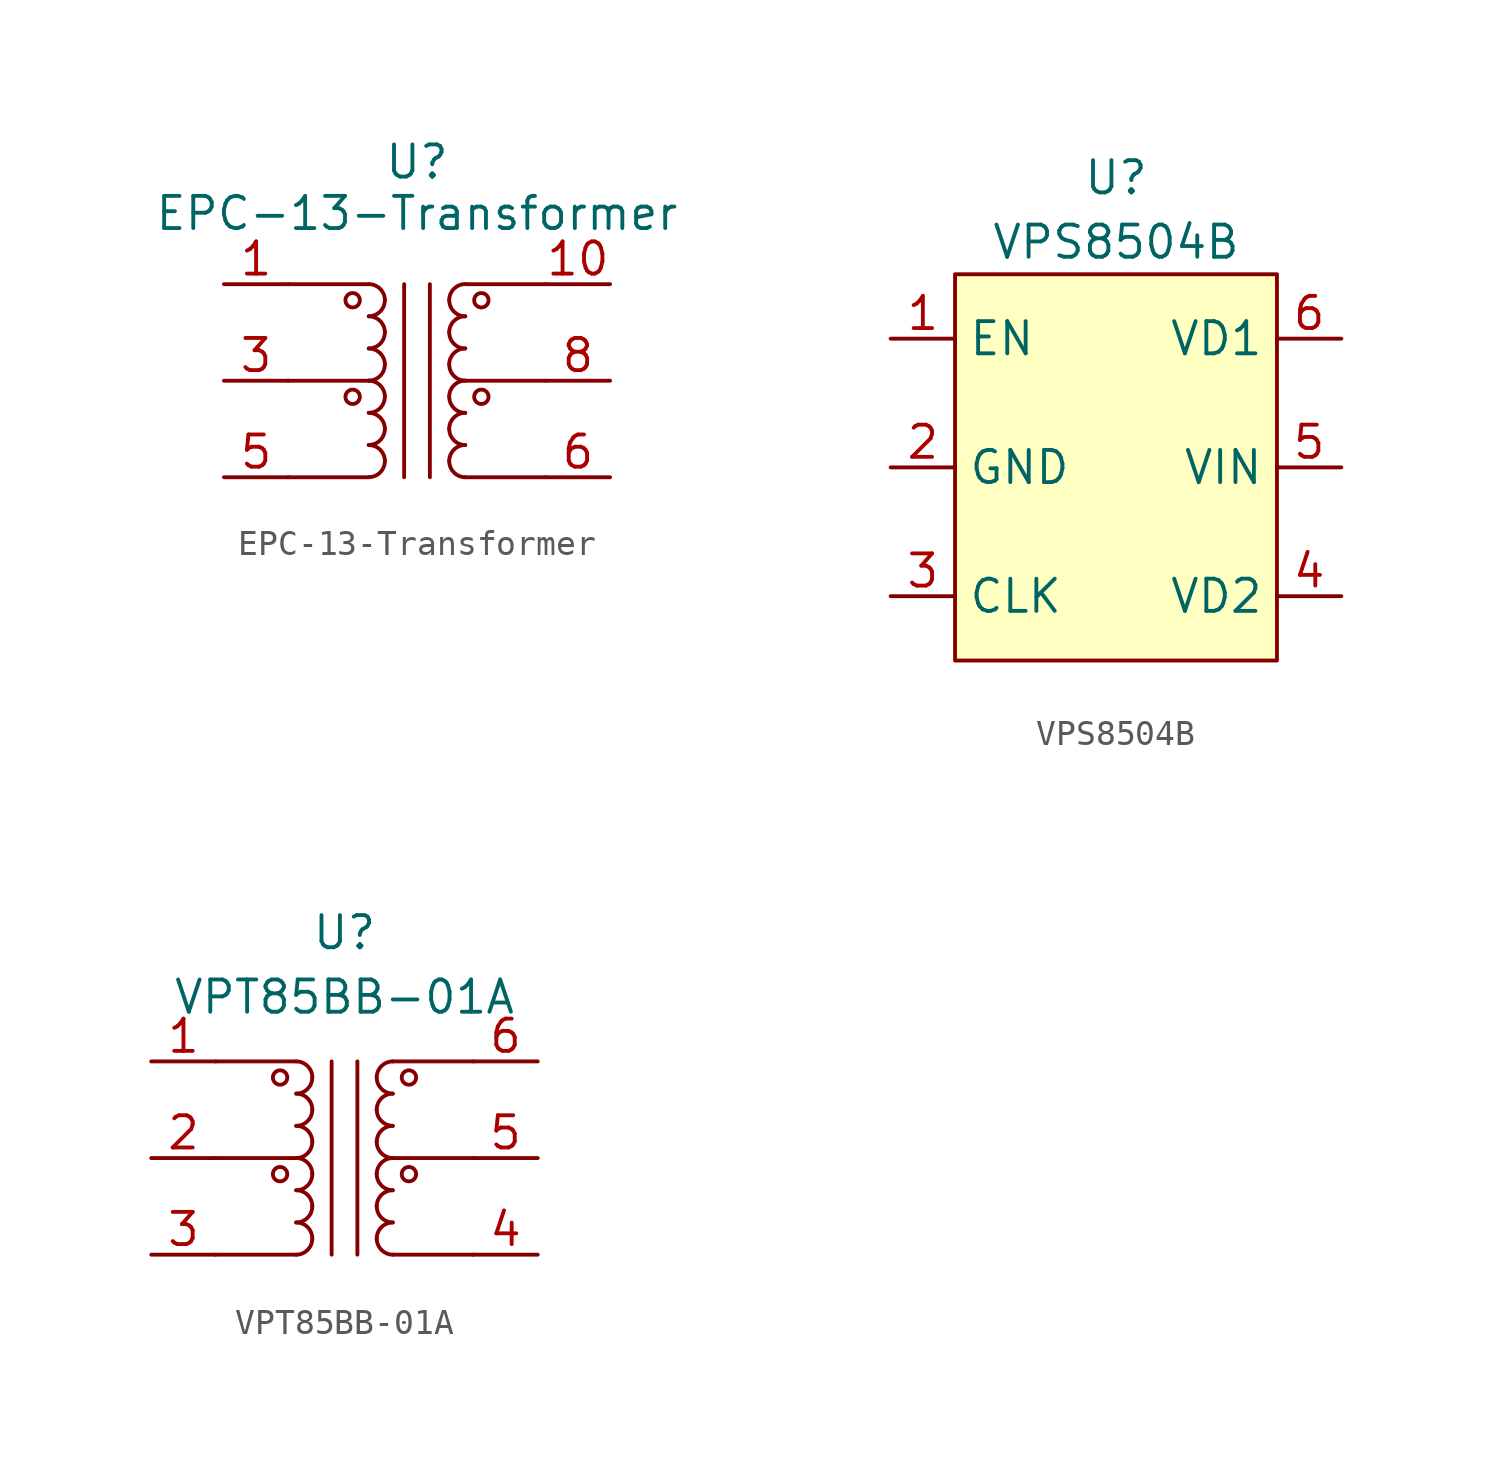
<source format=kicad_sym>
(kicad_symbol_lib
  (version 20241209)
  (generator "kicad_symbol_editor")
  (generator_version "9.0")
  (symbol "EPC-13-Transformer"
    (property "Reference" "U"
      (at 0 8.636 0)
      (effects (font (size 1.27 1.27))))
    (property "Value" "EPC-13-Transformer"
      (at 0 6.604 0)
      (effects (font (size 1.27 1.27))))
    (symbol "EPC-13-Transformer_0_1"
      (circle (center -2.54 3.175) (radius 0.284) (stroke (width 0) (type default)) (fill (type none)))
      (circle (center -2.54 -0.635) (radius 0.284) (stroke (width 0) (type default)) (fill (type none)))
      (polyline (pts (xy -1.905 3.81) (xy -5.08 3.81)) (stroke (width 0) (type default)) (fill (type none)))
      (arc (start -1.905 3.81) (mid -1.456 3.624) (end -1.27 3.175) (stroke (width 0) (type default)) (fill (type none)))
      (arc (start -1.27 3.175) (mid -1.456 2.726) (end -1.905 2.54) (stroke (width 0) (type default)) (fill (type none)))
      (arc (start -1.905 2.54) (mid -1.456 2.354) (end -1.27 1.905) (stroke (width 0) (type default)) (fill (type none)))
      (arc (start -1.27 1.905) (mid -1.456 1.456) (end -1.905 1.27) (stroke (width 0) (type default)) (fill (type none)))
      (arc (start -1.905 1.27) (mid -1.456 1.084) (end -1.27 0.635) (stroke (width 0) (type default)) (fill (type none)))
      (arc (start -1.27 0.635) (mid -1.456 0.186) (end -1.905 0) (stroke (width 0) (type default)) (fill (type none)))
      (polyline (pts (xy -1.905 0) (xy -5.08 0)) (stroke (width 0) (type default)) (fill (type none)))
      (arc (start -1.905 0) (mid -1.456 -0.186) (end -1.27 -0.635) (stroke (width 0) (type default)) (fill (type none)))
      (arc (start -1.27 -0.635) (mid -1.456 -1.084) (end -1.905 -1.27) (stroke (width 0) (type default)) (fill (type none)))
      (arc (start -1.905 -1.27) (mid -1.456 -1.456) (end -1.27 -1.905) (stroke (width 0) (type default)) (fill (type none)))
      (arc (start -1.27 -1.905) (mid -1.456 -2.354) (end -1.905 -2.54) (stroke (width 0) (type default)) (fill (type none)))
      (arc (start -1.905 -2.54) (mid -1.456 -2.726) (end -1.27 -3.175) (stroke (width 0) (type default)) (fill (type none)))
      (arc (start -1.27 -3.175) (mid -1.456 -3.624) (end -1.905 -3.81) (stroke (width 0) (type default)) (fill (type none)))
      (polyline (pts (xy -1.905 -3.81) (xy -5.08 -3.81)) (stroke (width 0) (type default)) (fill (type none)))
      (polyline (pts (xy -0.508 3.81) (xy -0.508 -3.81)) (stroke (width 0) (type default)) (fill (type none)))
      (polyline (pts (xy 0.508 -3.81) (xy 0.508 3.81)) (stroke (width 0) (type default)) (fill (type none)))
      (polyline (pts (xy 1.905 3.81) (xy 5.08 3.81)) (stroke (width 0) (type default)) (fill (type none)))
      (arc (start 1.27 3.175) (mid 1.456 3.624) (end 1.905 3.81) (stroke (width 0) (type default)) (fill (type none)))
      (arc (start 1.905 2.54) (mid 1.456 2.726) (end 1.27 3.175) (stroke (width 0) (type default)) (fill (type none)))
      (arc (start 1.27 1.905) (mid 1.456 2.354) (end 1.905 2.54) (stroke (width 0) (type default)) (fill (type none)))
      (arc (start 1.905 1.27) (mid 1.456 1.456) (end 1.27 1.905) (stroke (width 0) (type default)) (fill (type none)))
      (arc (start 1.27 0.635) (mid 1.456 1.084) (end 1.905 1.27) (stroke (width 0) (type default)) (fill (type none)))
      (arc (start 1.905 0) (mid 1.456 0.186) (end 1.27 0.635) (stroke (width 0) (type default)) (fill (type none)))
      (polyline (pts (xy 1.905 0) (xy 5.08 0)) (stroke (width 0) (type default)) (fill (type none)))
      (arc (start 1.27 -0.635) (mid 1.456 -0.186) (end 1.905 0) (stroke (width 0) (type default)) (fill (type none)))
      (arc (start 1.905 -1.27) (mid 1.456 -1.084) (end 1.27 -0.635) (stroke (width 0) (type default)) (fill (type none)))
      (arc (start 1.27 -1.905) (mid 1.456 -1.456) (end 1.905 -1.27) (stroke (width 0) (type default)) (fill (type none)))
      (arc (start 1.905 -2.54) (mid 1.456 -2.354) (end 1.27 -1.905) (stroke (width 0) (type default)) (fill (type none)))
      (arc (start 1.27 -3.175) (mid 1.456 -2.726) (end 1.905 -2.54) (stroke (width 0) (type default)) (fill (type none)))
      (arc (start 1.905 -3.81) (mid 1.456 -3.624) (end 1.27 -3.175) (stroke (width 0) (type default)) (fill (type none)))
      (polyline (pts (xy 1.905 -3.81) (xy 5.08 -3.81)) (stroke (width 0) (type default)) (fill (type none)))
      (circle (center 2.54 3.175) (radius 0.284) (stroke (width 0) (type default)) (fill (type none)))
      (circle (center 2.54 -0.635) (radius 0.284) (stroke (width 0) (type default)) (fill (type none))))
    (symbol "EPC-13-Transformer_1_1"
      (pin bidirectional line (at -7.62 3.81 0) (length 2.54) (name "" (effects (font (size 1.27 1.27)))) (number "1" (effects (font (size 1.27 1.27)))))
      (pin bidirectional line (at -7.62 0 0) (length 2.54) (name "" (effects (font (size 1.27 1.27)))) (number "3" (effects (font (size 1.27 1.27)))))
      (pin bidirectional line (at -7.62 -3.81 0) (length 2.54) (name "" (effects (font (size 1.27 1.27)))) (number "5" (effects (font (size 1.27 1.27)))))
      (pin bidirectional line (at 7.62 3.81 180) (length 2.54) (name "" (effects (font (size 1.27 1.27)))) (number "10" (effects (font (size 1.27 1.27)))))
      (pin bidirectional line (at 7.62 0 180) (length 2.54) (name "" (effects (font (size 1.27 1.27)))) (number "8" (effects (font (size 1.27 1.27)))))
      (pin bidirectional line (at 7.62 -3.81 180) (length 2.54) (name "" (effects (font (size 1.27 1.27)))) (number "6" (effects (font (size 1.27 1.27)))))))
  (symbol "VPS8504B"
    (property "Reference" "U"
      (at 0 11.43 0)
      (effects (font (size 1.27 1.27))))
    (property "Value" "VPS8504B"
      (at 0 8.89 0)
      (effects (font (size 1.27 1.27))))
    (symbol "VPS8504B_1_1"
      (rectangle (start -6.35 7.62) (end 6.35 -7.62) (stroke (width 0) (type default)) (fill (type background)))
      (pin input line (at -8.89 5.08 0) (length 2.54) (name "EN" (effects (font (size 1.27 1.27)))) (number "1" (effects (font (size 1.27 1.27)))))
      (pin input line (at -8.89 0 0) (length 2.54) (name "GND" (effects (font (size 1.27 1.27)))) (number "2" (effects (font (size 1.27 1.27)))))
      (pin bidirectional line (at -8.89 -5.08 0) (length 2.54) (name "CLK" (effects (font (size 1.27 1.27)))) (number "3" (effects (font (size 1.27 1.27)))))
      (pin bidirectional line (at 8.89 5.08 180) (length 2.54) (name "VD1" (effects (font (size 1.27 1.27)))) (number "6" (effects (font (size 1.27 1.27)))))
      (pin bidirectional line (at 8.89 0 180) (length 2.54) (name "VIN" (effects (font (size 1.27 1.27)))) (number "5" (effects (font (size 1.27 1.27)))))
      (pin bidirectional line (at 8.89 -5.08 180) (length 2.54) (name "VD2" (effects (font (size 1.27 1.27)))) (number "4" (effects (font (size 1.27 1.27)))))))
  (symbol "VPT85BB-01A"
    (property "Reference" "U"
      (at 0 8.89 0)
      (effects (font (size 1.27 1.27))))
    (property "Value" "VPT85BB-01A"
      (at 0 6.35 0)
      (effects (font (size 1.27 1.27))))
    (symbol "VPT85BB-01A_0_1"
      (circle (center -2.54 3.175) (radius 0.284) (stroke (width 0) (type default)) (fill (type none)))
      (circle (center -2.54 -0.635) (radius 0.284) (stroke (width 0) (type default)) (fill (type none)))
      (polyline (pts (xy -1.905 3.81) (xy -5.08 3.81)) (stroke (width 0) (type default)) (fill (type none)))
      (arc (start -1.905 3.81) (mid -1.456 3.624) (end -1.27 3.175) (stroke (width 0) (type default)) (fill (type none)))
      (arc (start -1.27 3.175) (mid -1.456 2.726) (end -1.905 2.54) (stroke (width 0) (type default)) (fill (type none)))
      (arc (start -1.905 2.54) (mid -1.456 2.354) (end -1.27 1.905) (stroke (width 0) (type default)) (fill (type none)))
      (arc (start -1.27 1.905) (mid -1.456 1.456) (end -1.905 1.27) (stroke (width 0) (type default)) (fill (type none)))
      (arc (start -1.905 1.27) (mid -1.456 1.084) (end -1.27 0.635) (stroke (width 0) (type default)) (fill (type none)))
      (arc (start -1.27 0.635) (mid -1.456 0.186) (end -1.905 0) (stroke (width 0) (type default)) (fill (type none)))
      (polyline (pts (xy -1.905 0) (xy -5.08 0)) (stroke (width 0) (type default)) (fill (type none)))
      (arc (start -1.905 0) (mid -1.456 -0.186) (end -1.27 -0.635) (stroke (width 0) (type default)) (fill (type none)))
      (arc (start -1.27 -0.635) (mid -1.456 -1.084) (end -1.905 -1.27) (stroke (width 0) (type default)) (fill (type none)))
      (arc (start -1.905 -1.27) (mid -1.456 -1.456) (end -1.27 -1.905) (stroke (width 0) (type default)) (fill (type none)))
      (arc (start -1.27 -1.905) (mid -1.456 -2.354) (end -1.905 -2.54) (stroke (width 0) (type default)) (fill (type none)))
      (arc (start -1.905 -2.54) (mid -1.456 -2.726) (end -1.27 -3.175) (stroke (width 0) (type default)) (fill (type none)))
      (arc (start -1.27 -3.175) (mid -1.456 -3.624) (end -1.905 -3.81) (stroke (width 0) (type default)) (fill (type none)))
      (polyline (pts (xy -1.905 -3.81) (xy -5.08 -3.81)) (stroke (width 0) (type default)) (fill (type none)))
      (polyline (pts (xy -0.508 3.81) (xy -0.508 -3.81)) (stroke (width 0) (type default)) (fill (type none)))
      (polyline (pts (xy 0.508 -3.81) (xy 0.508 3.81)) (stroke (width 0) (type default)) (fill (type none)))
      (polyline (pts (xy 1.905 3.81) (xy 5.08 3.81)) (stroke (width 0) (type default)) (fill (type none)))
      (arc (start 1.27 3.175) (mid 1.456 3.624) (end 1.905 3.81) (stroke (width 0) (type default)) (fill (type none)))
      (arc (start 1.905 2.54) (mid 1.456 2.726) (end 1.27 3.175) (stroke (width 0) (type default)) (fill (type none)))
      (arc (start 1.27 1.905) (mid 1.456 2.354) (end 1.905 2.54) (stroke (width 0) (type default)) (fill (type none)))
      (arc (start 1.905 1.27) (mid 1.456 1.456) (end 1.27 1.905) (stroke (width 0) (type default)) (fill (type none)))
      (arc (start 1.27 0.635) (mid 1.456 1.084) (end 1.905 1.27) (stroke (width 0) (type default)) (fill (type none)))
      (arc (start 1.905 0) (mid 1.456 0.186) (end 1.27 0.635) (stroke (width 0) (type default)) (fill (type none)))
      (polyline (pts (xy 1.905 0) (xy 5.08 0)) (stroke (width 0) (type default)) (fill (type none)))
      (arc (start 1.27 -0.635) (mid 1.456 -0.186) (end 1.905 0) (stroke (width 0) (type default)) (fill (type none)))
      (arc (start 1.905 -1.27) (mid 1.456 -1.084) (end 1.27 -0.635) (stroke (width 0) (type default)) (fill (type none)))
      (arc (start 1.27 -1.905) (mid 1.456 -1.456) (end 1.905 -1.27) (stroke (width 0) (type default)) (fill (type none)))
      (arc (start 1.905 -2.54) (mid 1.456 -2.354) (end 1.27 -1.905) (stroke (width 0) (type default)) (fill (type none)))
      (arc (start 1.27 -3.175) (mid 1.456 -2.726) (end 1.905 -2.54) (stroke (width 0) (type default)) (fill (type none)))
      (arc (start 1.905 -3.81) (mid 1.456 -3.624) (end 1.27 -3.175) (stroke (width 0) (type default)) (fill (type none)))
      (polyline (pts (xy 1.905 -3.81) (xy 5.08 -3.81)) (stroke (width 0) (type default)) (fill (type none)))
      (circle (center 2.54 3.175) (radius 0.284) (stroke (width 0) (type default)) (fill (type none)))
      (circle (center 2.54 -0.635) (radius 0.284) (stroke (width 0) (type default)) (fill (type none))))
    (symbol "VPT85BB-01A_1_1"
      (pin bidirectional line (at -7.62 3.81 0) (length 2.54) (name "" (effects (font (size 1.27 1.27)))) (number "1" (effects (font (size 1.27 1.27)))))
      (pin bidirectional line (at -7.62 0 0) (length 2.54) (name "" (effects (font (size 1.27 1.27)))) (number "2" (effects (font (size 1.27 1.27)))))
      (pin bidirectional line (at -7.62 -3.81 0) (length 2.54) (name "" (effects (font (size 1.27 1.27)))) (number "3" (effects (font (size 1.27 1.27)))))
      (pin bidirectional line (at 7.62 3.81 180) (length 2.54) (name "" (effects (font (size 1.27 1.27)))) (number "6" (effects (font (size 1.27 1.27)))))
      (pin bidirectional line (at 7.62 0 180) (length 2.54) (name "" (effects (font (size 1.27 1.27)))) (number "5" (effects (font (size 1.27 1.27)))))
      (pin bidirectional line (at 7.62 -3.81 180) (length 2.54) (name "" (effects (font (size 1.27 1.27)))) (number "4" (effects (font (size 1.27 1.27))))))))
</source>
